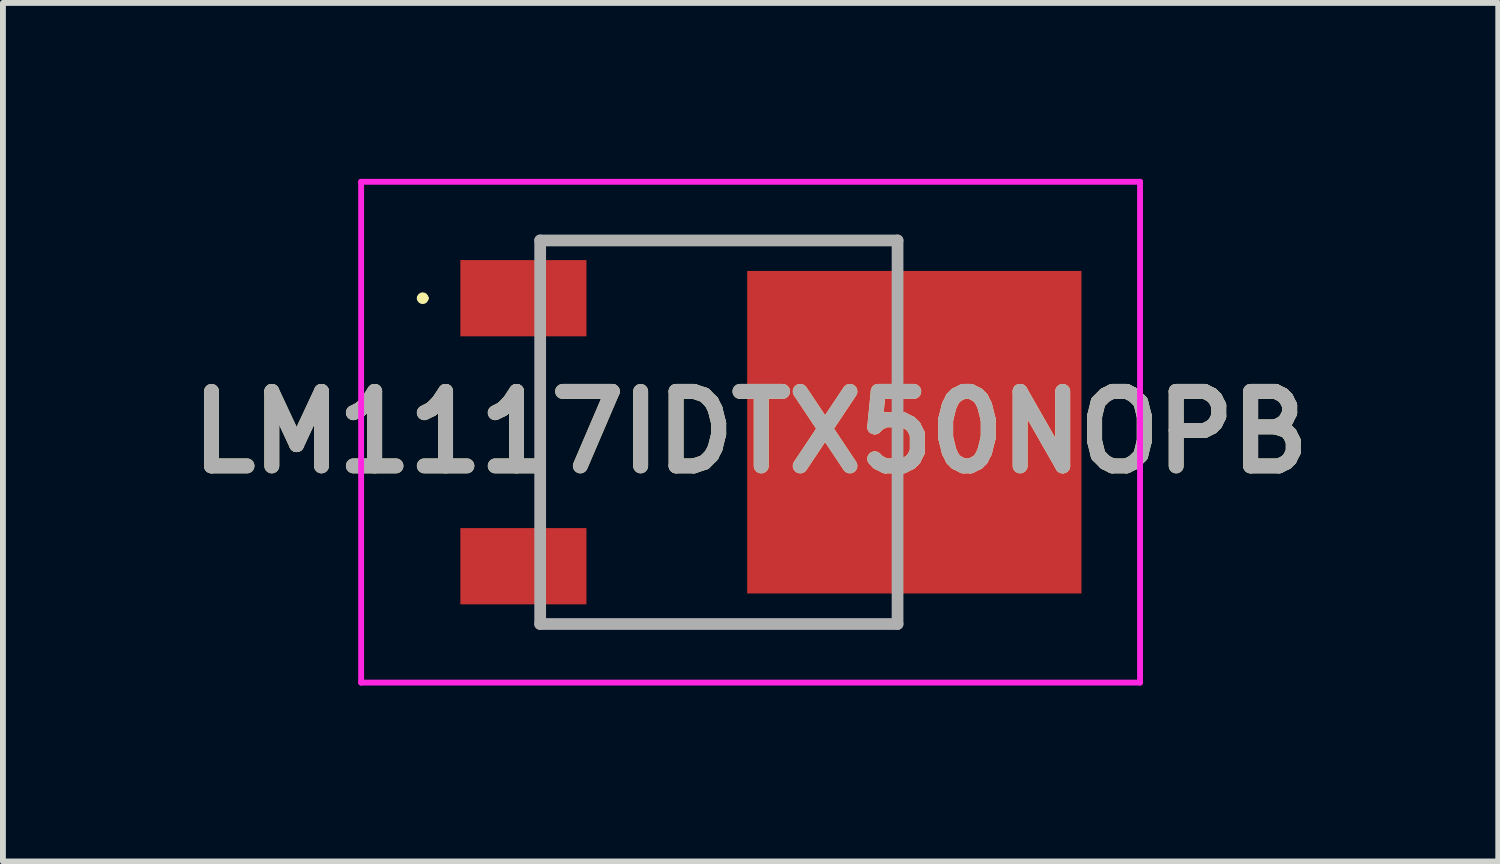
<source format=kicad_pcb>
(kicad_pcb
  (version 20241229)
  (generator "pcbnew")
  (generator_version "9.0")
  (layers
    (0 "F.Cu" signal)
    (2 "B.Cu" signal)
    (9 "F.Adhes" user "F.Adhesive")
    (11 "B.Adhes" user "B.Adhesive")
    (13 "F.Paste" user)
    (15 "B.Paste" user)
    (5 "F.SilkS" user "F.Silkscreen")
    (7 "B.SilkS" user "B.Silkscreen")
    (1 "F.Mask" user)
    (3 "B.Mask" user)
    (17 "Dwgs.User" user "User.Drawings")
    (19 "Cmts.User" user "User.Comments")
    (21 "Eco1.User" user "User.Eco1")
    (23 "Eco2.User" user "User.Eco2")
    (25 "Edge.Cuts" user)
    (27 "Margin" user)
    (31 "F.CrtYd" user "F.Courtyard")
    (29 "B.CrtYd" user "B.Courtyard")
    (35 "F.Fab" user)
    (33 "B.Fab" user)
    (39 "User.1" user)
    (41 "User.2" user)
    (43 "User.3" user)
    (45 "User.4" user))
  (footprint "LM1117IDTX50NOPB"
    (layer "F.Cu")
    (at 10.255 4.32)
    (property "Reference" "LM1117IDTX50NOPB" (at -0.506 0 0) (layer "F.SilkS") (effects (font (size 1.27 1.27) (thickness 0.254))))
    (attr smd)
    (fp_line (start -6.147 -2.285) (end -6.147 -2.285) (stroke (width 0.1) (type solid)) (layer "F.SilkS"))
    (fp_line (start -6.047 -2.285) (end -6.047 -2.285) (stroke (width 0.1) (type solid)) (layer "F.SilkS"))
    (fp_line (start 2 -3.27) (end -4.094 -3.27) (stroke (width 0.1) (type solid)) (layer "F.SilkS"))
    (fp_line (start 2 3.27) (end -4.094 3.27) (stroke (width 0.1) (type solid)) (layer "F.SilkS"))
    (fp_arc (start -6.147 -2.285) (mid -6.097 -2.335) (end -6.047 -2.285) (stroke (width 0.1) (type solid)) (layer "F.SilkS"))
    (fp_arc (start -6.047 -2.285) (mid -6.097 -2.235) (end -6.147 -2.285) (stroke (width 0.1) (type solid)) (layer "F.SilkS"))
    (fp_line (start -7.147 -4.27) (end 6.135 -4.27) (stroke (width 0.1) (type solid)) (layer "F.CrtYd"))
    (fp_line (start -7.147 4.27) (end -7.147 -4.27) (stroke (width 0.1) (type solid)) (layer "F.CrtYd"))
    (fp_line (start 6.135 -4.27) (end 6.135 4.27) (stroke (width 0.1) (type solid)) (layer "F.CrtYd"))
    (fp_line (start 6.135 4.27) (end -7.147 4.27) (stroke (width 0.1) (type solid)) (layer "F.CrtYd"))
    (fp_line (start -4.094 -3.27) (end 2 -3.27) (stroke (width 0.2) (type solid)) (layer "F.Fab"))
    (fp_line (start -4.094 3.27) (end -4.094 -3.27) (stroke (width 0.2) (type solid)) (layer "F.Fab"))
    (fp_line (start 2 -3.27) (end 2 3.27) (stroke (width 0.2) (type solid)) (layer "F.Fab"))
    (fp_line (start 2 3.27) (end -4.094 3.27) (stroke (width 0.2) (type solid)) (layer "F.Fab"))
    (fp_text user "${REFERENCE}" (at -0.506 0 0) (layer "F.Fab") (effects (font (size 1.27 1.27) (thickness 0.254))))
    (pad "1" smd rect (at -4.38 -2.285 90) (size 1.3 2.15) (layers "F.Cu" "F.Mask" "F.Paste"))
    (pad "3" smd rect (at -4.38 2.285 90) (size 1.3 2.15) (layers "F.Cu" "F.Mask" "F.Paste"))
    (pad "4" smd rect (at 2.286 0 90) (size 5.5 5.7) (layers "F.Cu" "F.Mask" "F.Paste")))
  (gr_rect
    (start -3 -3)
    (end 22.498 11.64)
    (stroke (width 0.1) (type default))
    (fill no)
    (layer "Edge.Cuts")))
</source>
